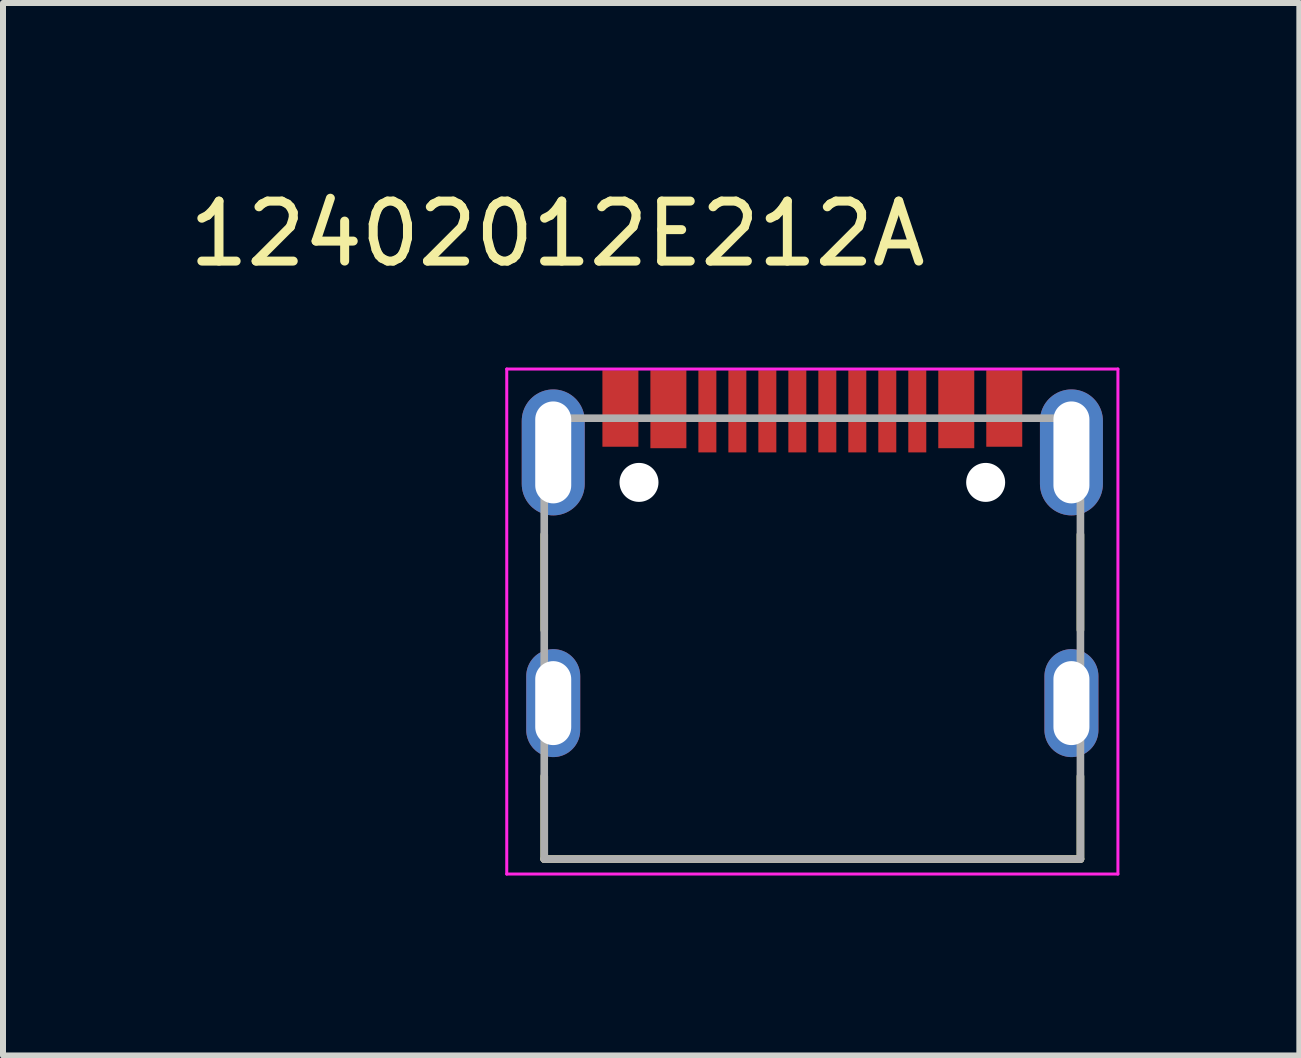
<source format=kicad_pcb>
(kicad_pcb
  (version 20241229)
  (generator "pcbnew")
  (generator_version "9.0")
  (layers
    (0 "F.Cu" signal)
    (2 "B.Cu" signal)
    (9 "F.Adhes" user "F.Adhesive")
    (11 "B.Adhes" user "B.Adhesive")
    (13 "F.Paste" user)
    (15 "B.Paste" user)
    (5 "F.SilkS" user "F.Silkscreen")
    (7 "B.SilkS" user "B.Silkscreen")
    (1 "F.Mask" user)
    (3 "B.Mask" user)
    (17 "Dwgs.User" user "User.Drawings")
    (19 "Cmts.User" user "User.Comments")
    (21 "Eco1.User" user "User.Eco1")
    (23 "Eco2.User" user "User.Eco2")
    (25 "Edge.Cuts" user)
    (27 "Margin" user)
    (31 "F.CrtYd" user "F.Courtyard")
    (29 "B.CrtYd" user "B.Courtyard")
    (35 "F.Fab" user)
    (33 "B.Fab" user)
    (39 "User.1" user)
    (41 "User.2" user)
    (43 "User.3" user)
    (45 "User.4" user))
  (footprint "12402012E212A"
    (layer "F.Cu")
    (at 10.494 8.673)
    (property "Reference" "12402012E212A" (at -4.25 -7.825 180) (layer "F.SilkS") (effects (font (size 1 1) (thickness 0.15))))
    (attr smd)
    (fp_line (start -4.47 -2.81) (end -4.47 -1.22) (stroke (width 0.127) (type solid)) (layer "F.SilkS"))
    (fp_line (start -4.47 2.6) (end -4.47 1.22) (stroke (width 0.127) (type solid)) (layer "F.SilkS"))
    (fp_line (start 4.47 -2.81) (end 4.47 -1.22) (stroke (width 0.127) (type solid)) (layer "F.SilkS"))
    (fp_line (start 4.47 2.6) (end -4.47 2.6) (stroke (width 0.127) (type solid)) (layer "F.SilkS"))
    (fp_line (start 4.47 2.6) (end 4.47 1.22) (stroke (width 0.127) (type solid)) (layer "F.SilkS"))
    (fp_line (start -5.095 -5.57) (end -5.095 2.85) (stroke (width 0.05) (type solid)) (layer "F.CrtYd"))
    (fp_line (start -5.095 2.85) (end 5.095 2.85) (stroke (width 0.05) (type solid)) (layer "F.CrtYd"))
    (fp_line (start 5.095 -5.57) (end -5.095 -5.57) (stroke (width 0.05) (type solid)) (layer "F.CrtYd"))
    (fp_line (start 5.095 2.85) (end 5.095 -5.57) (stroke (width 0.05) (type solid)) (layer "F.CrtYd"))
    (fp_line (start -4.47 -4.75) (end 4.47 -4.75) (stroke (width 0.127) (type solid)) (layer "F.Fab"))
    (fp_line (start -4.47 2.6) (end -4.47 -4.75) (stroke (width 0.127) (type solid)) (layer "F.Fab"))
    (fp_line (start 4.47 -4.75) (end 4.47 2.6) (stroke (width 0.127) (type solid)) (layer "F.Fab"))
    (fp_line (start 4.47 2.6) (end -4.47 2.6) (stroke (width 0.127) (type solid)) (layer "F.Fab"))
    (pad "" np_thru_hole circle (at -2.89 -3.68) (size 0.65 0.65) (drill 0.65) (layers "*.Cu" "*.Mask"))
    (pad "" np_thru_hole circle (at 2.89 -3.68) (size 0.65 0.65) (drill 0.65) (layers "*.Cu" "*.Mask"))
    (pad "A1_B12" smd rect (at -3.2 -4.912) (size 0.6 1.275) (layers "F.Cu" "F.Mask" "F.Paste"))
    (pad "A4_B9" smd rect (at -2.4 -4.9) (size 0.6 1.3) (layers "F.Cu" "F.Mask" "F.Paste"))
    (pad "A5" smd rect (at -1.25 -4.865) (size 0.3 1.37) (layers "F.Cu" "F.Mask" "F.Paste"))
    (pad "A6" smd rect (at -0.25 -4.865) (size 0.3 1.37) (layers "F.Cu" "F.Mask" "F.Paste"))
    (pad "A7" smd rect (at 0.25 -4.865) (size 0.3 1.37) (layers "F.Cu" "F.Mask" "F.Paste"))
    (pad "A8" smd rect (at 1.25 -4.865) (size 0.3 1.37) (layers "F.Cu" "F.Mask" "F.Paste"))
    (pad "B1_A12" smd rect (at 3.2 -4.912) (size 0.6 1.275) (layers "F.Cu" "F.Mask" "F.Paste"))
    (pad "B4_A9" smd rect (at 2.4 -4.9) (size 0.6 1.3) (layers "F.Cu" "F.Mask" "F.Paste"))
    (pad "B5" smd rect (at 1.75 -4.865) (size 0.3 1.37) (layers "F.Cu" "F.Mask" "F.Paste"))
    (pad "B6" smd rect (at 0.75 -4.865) (size 0.3 1.37) (layers "F.Cu" "F.Mask" "F.Paste"))
    (pad "B7" smd rect (at -0.75 -4.865) (size 0.3 1.37) (layers "F.Cu" "F.Mask" "F.Paste"))
    (pad "B8" smd rect (at -1.75 -4.865) (size 0.3 1.37) (layers "F.Cu" "F.Mask" "F.Paste"))
    (pad "SH1" thru_hole oval (at -4.32 -4.18) (size 1.05 2.1) (drill oval 0.6 1.7) (layers "*.Cu" "*.Mask"))
    (pad "SH2" thru_hole oval (at 4.32 -4.18) (size 1.05 2.1) (drill oval 0.6 1.7) (layers "*.Cu" "*.Mask"))
    (pad "SH3" thru_hole oval (at -4.32 0) (size 0.9 1.8) (drill oval 0.6 1.4) (layers "*.Cu" "*.Mask"))
    (pad "SH4" thru_hole oval (at 4.32 0) (size 0.9 1.8) (drill oval 0.6 1.4) (layers "*.Cu" "*.Mask")))
  (gr_rect
    (start -3 -3)
    (end 18.614 14.548)
    (stroke (width 0.1) (type default))
    (fill no)
    (layer "Edge.Cuts")))
</source>
